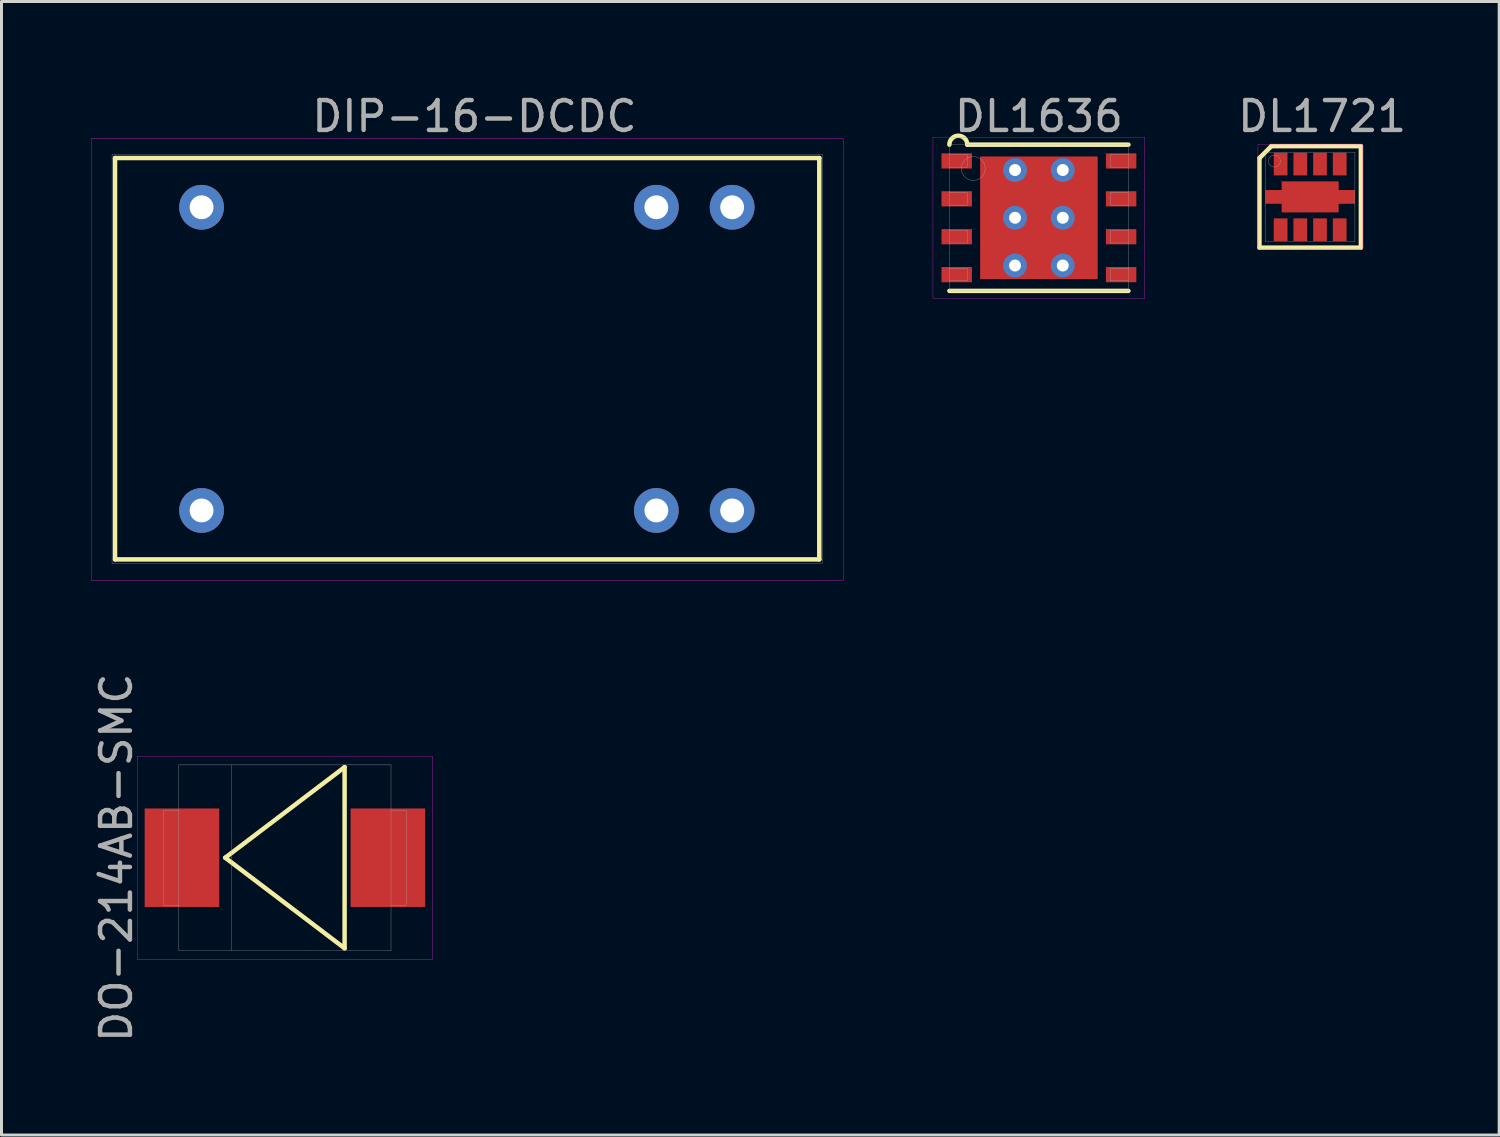
<source format=kicad_pcb>
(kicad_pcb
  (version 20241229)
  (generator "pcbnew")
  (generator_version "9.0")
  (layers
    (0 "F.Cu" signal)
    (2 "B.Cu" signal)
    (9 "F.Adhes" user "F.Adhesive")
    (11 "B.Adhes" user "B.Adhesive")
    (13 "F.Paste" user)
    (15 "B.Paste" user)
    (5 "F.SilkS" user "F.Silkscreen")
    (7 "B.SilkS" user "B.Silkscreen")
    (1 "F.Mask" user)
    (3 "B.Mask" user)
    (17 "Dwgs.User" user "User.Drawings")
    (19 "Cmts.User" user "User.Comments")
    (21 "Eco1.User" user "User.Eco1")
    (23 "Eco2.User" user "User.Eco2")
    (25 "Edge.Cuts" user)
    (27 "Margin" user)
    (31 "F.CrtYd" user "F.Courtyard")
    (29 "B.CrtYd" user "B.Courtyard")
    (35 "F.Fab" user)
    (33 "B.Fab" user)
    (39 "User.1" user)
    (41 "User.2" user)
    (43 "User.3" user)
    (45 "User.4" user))
  (footprint "DIP-16-DCDC"
    (layer "F.Cu")
    (at 3.705 3.896)
    (property "Reference" "DIP-16-DCDC" (at 9.144 -3.048 0) (layer "F.Fab") (effects (font (size 1 1) (thickness 0.15))))
    (attr through_hole)
    (fp_line (start -2.9 -1.65) (end 20.7 -1.65) (stroke (width 0.15) (type solid)) (layer "F.SilkS"))
    (fp_line (start -2.9 11.8) (end -2.9 -1.65) (stroke (width 0.15) (type solid)) (layer "F.SilkS"))
    (fp_line (start 20.7 -1.65) (end 20.7 11.8) (stroke (width 0.15) (type solid)) (layer "F.SilkS"))
    (fp_line (start 20.7 11.8) (end -2.9 11.8) (stroke (width 0.15) (type solid)) (layer "F.SilkS"))
    (fp_line (start -3.7 -2.3) (end -3.7 12.5) (stroke (width 0.01) (type solid)) (layer "F.CrtYd"))
    (fp_line (start -3.7 12.5) (end 21.5 12.5) (stroke (width 0.01) (type solid)) (layer "F.CrtYd"))
    (fp_line (start 21.5 -2.3) (end -3.7 -2.3) (stroke (width 0.01) (type solid)) (layer "F.CrtYd"))
    (fp_line (start 21.5 12.5) (end 21.5 -2.3) (stroke (width 0.01) (type solid)) (layer "F.CrtYd"))
    (fp_line (start -3 -1.77) (end 20.8 -1.77) (stroke (width 0.01) (type solid)) (layer "F.Fab"))
    (fp_line (start -3 11.93) (end -3 -1.77) (stroke (width 0.01) (type solid)) (layer "F.Fab"))
    (fp_line (start 20.8 -1.77) (end 20.8 11.93) (stroke (width 0.01) (type solid)) (layer "F.Fab"))
    (fp_line (start 20.8 11.93) (end -3 11.93) (stroke (width 0.01) (type solid)) (layer "F.Fab"))
    (pad "1" thru_hole circle (at 0 10.16) (size 1.5 1.5) (drill 0.8) (layers "*.Cu" "*.Mask"))
    (pad "7" thru_hole circle (at 15.24 10.16) (size 1.5 1.5) (drill 0.8) (layers "*.Cu" "*.Mask"))
    (pad "8" thru_hole circle (at 17.78 10.16) (size 1.5 1.5) (drill 0.8) (layers "*.Cu" "*.Mask"))
    (pad "9" thru_hole circle (at 17.78 0) (size 1.5 1.5) (drill 0.8) (layers "*.Cu" "*.Mask"))
    (pad "10" thru_hole circle (at 15.24 0) (size 1.5 1.5) (drill 0.8) (layers "*.Cu" "*.Mask"))
    (pad "16" thru_hole circle (at 0 0) (size 1.5 1.5) (drill 0.8) (layers "*.Cu" "*.Mask")))
  (footprint "DL1721"
    (layer "F.Cu")
    (at 40.855 3.548)
    (property "Reference" "DL1721" (at 0.4 -2.7 0) (layer "F.Fab") (effects (font (size 1 1) (thickness 0.15))))
    (attr through_hole)
    (fp_line (start -1.7 -1.3) (end -1.7 1.7) (stroke (width 0.15) (type solid)) (layer "F.SilkS"))
    (fp_line (start -1.3 -1.7) (end -1.7 -1.3) (stroke (width 0.15) (type solid)) (layer "F.SilkS"))
    (fp_line (start 1.7 -1.7) (end -1.3 -1.7) (stroke (width 0.15) (type solid)) (layer "F.SilkS"))
    (fp_line (start 1.7 -1.7) (end 1.7 1.7) (stroke (width 0.15) (type solid)) (layer "F.SilkS"))
    (fp_line (start 1.7 1.7) (end -1.7 1.7) (stroke (width 0.15) (type solid)) (layer "F.SilkS"))
    (fp_line (start -1.75 -1.75) (end 1.75 -1.75) (stroke (width 0.01) (type solid)) (layer "F.CrtYd"))
    (fp_line (start -1.75 1.75) (end -1.75 -1.75) (stroke (width 0.01) (type solid)) (layer "F.CrtYd"))
    (fp_line (start 1.75 -1.75) (end 1.75 1.75) (stroke (width 0.01) (type solid)) (layer "F.CrtYd"))
    (fp_line (start 1.75 1.75) (end -1.75 1.75) (stroke (width 0.01) (type solid)) (layer "F.CrtYd"))
    (fp_line (start -1.5 -1.5) (end 1.5 -1.5) (stroke (width 0.01) (type solid)) (layer "F.Fab"))
    (fp_line (start -1.5 1.5) (end -1.5 -1.5) (stroke (width 0.01) (type solid)) (layer "F.Fab"))
    (fp_line (start 1.5 -1.5) (end 1.5 1.5) (stroke (width 0.01) (type solid)) (layer "F.Fab"))
    (fp_line (start 1.5 1.5) (end -1.5 1.5) (stroke (width 0.01) (type solid)) (layer "F.Fab"))
    (fp_circle (center -1.2 -1.2) (end -1 -1.2) (stroke (width 0.01) (type solid)) (fill no) (layer "F.Fab"))
    (pad "1" smd custom (at -0.99 -1.1) (size 0.46 0.76) (layers "F.Cu" "F.Mask" "F.Paste") (options (anchor rect)) (primitives))
    (pad "2" smd custom (at -0.33 -1.1) (size 0.46 0.76) (layers "F.Cu" "F.Mask" "F.Paste") (options (anchor rect)) (primitives))
    (pad "3" smd custom (at 0.33 -1.1) (size 0.46 0.76) (layers "F.Cu" "F.Mask" "F.Paste") (options (anchor rect)) (primitives))
    (pad "4" smd custom (at 0.99 -1.1) (size 0.46 0.76) (layers "F.Cu" "F.Mask" "F.Paste") (options (anchor rect)) (primitives))
    (pad "5" smd custom (at 0.99 1.1) (size 0.46 0.76) (layers "F.Cu" "F.Mask" "F.Paste") (options (anchor rect)) (primitives))
    (pad "6" smd custom (at 0.33 1.1) (size 0.46 0.76) (layers "F.Cu" "F.Mask" "F.Paste") (options (anchor rect)) (primitives))
    (pad "7" smd custom (at -0.33 1.1) (size 0.46 0.76) (layers "F.Cu" "F.Mask" "F.Paste") (options (anchor rect)) (primitives))
    (pad "8" smd custom (at -0.99 1.1) (size 0.46 0.76) (layers "F.Cu" "F.Mask" "F.Paste") (options (anchor rect)) (primitives))
    (pad "EP" smd custom (at 0 0) (size 1 1) (layers "F.Cu" "F.Mask" "F.Paste") (options (anchor rect)) (primitives (gr_poly (pts (xy -0.955 0.52) (xy 0.955 0.52) (xy 0.955 0.23) (xy 1.5 0.23) (xy 1.5 -0.23) (xy 0.955 -0.23) (xy 0.955 -0.52) (xy -0.955 -0.52) (xy -0.955 -0.23) (xy -1.5 -0.23) (xy -1.5 0.23) (xy -0.955 0.23)) (width 0) (fill yes)))))
  (footprint "DL1636"
    (layer "F.Cu")
    (at 31.765 4.248)
    (property "Reference" "DL1636" (at 0 -3.4 0) (layer "F.Fab") (effects (font (size 1 1) (thickness 0.15))))
    (attr through_hole)
    (fp_line (start -3 2.45) (end 3 2.45) (stroke (width 0.15) (type solid)) (layer "F.SilkS"))
    (fp_line (start -2.4 -2.45) (end 3 -2.45) (stroke (width 0.15) (type solid)) (layer "F.SilkS"))
    (fp_arc (start -3 -2.45) (mid -2.7 -2.75) (end -2.4 -2.45) (stroke (width 0.15) (type solid)) (layer "F.SilkS"))
    (fp_line (start -3.55 -2.7) (end 3.55 -2.7) (stroke (width 0.01) (type solid)) (layer "F.CrtYd"))
    (fp_line (start -3.55 2.7) (end -3.55 -2.7) (stroke (width 0.01) (type solid)) (layer "F.CrtYd"))
    (fp_line (start 3.55 -2.7) (end 3.55 2.7) (stroke (width 0.01) (type solid)) (layer "F.CrtYd"))
    (fp_line (start 3.55 2.7) (end -3.55 2.7) (stroke (width 0.01) (type solid)) (layer "F.CrtYd"))
    (fp_line (start -3 -2.45) (end 3 -2.45) (stroke (width 0.01) (type solid)) (layer "F.Fab"))
    (fp_line (start -3 -1.695) (end -2.4 -1.695) (stroke (width 0.01) (type solid)) (layer "F.Fab"))
    (fp_line (start -3 -0.425) (end -2.4 -0.425) (stroke (width 0.01) (type solid)) (layer "F.Fab"))
    (fp_line (start -3 0.845) (end -2.4 0.845) (stroke (width 0.01) (type solid)) (layer "F.Fab"))
    (fp_line (start -3 2.115) (end -2.4 2.115) (stroke (width 0.01) (type solid)) (layer "F.Fab"))
    (fp_line (start -3 2.45) (end -3 -2.45) (stroke (width 0.01) (type solid)) (layer "F.Fab"))
    (fp_line (start -2.4 -2.115) (end -3 -2.115) (stroke (width 0.01) (type solid)) (layer "F.Fab"))
    (fp_line (start -2.4 -1.695) (end -2.4 -2.115) (stroke (width 0.01) (type solid)) (layer "F.Fab"))
    (fp_line (start -2.4 -0.845) (end -3 -0.845) (stroke (width 0.01) (type solid)) (layer "F.Fab"))
    (fp_line (start -2.4 -0.425) (end -2.4 -0.845) (stroke (width 0.01) (type solid)) (layer "F.Fab"))
    (fp_line (start -2.4 0.425) (end -3 0.425) (stroke (width 0.01) (type solid)) (layer "F.Fab"))
    (fp_line (start -2.4 0.845) (end -2.4 0.425) (stroke (width 0.01) (type solid)) (layer "F.Fab"))
    (fp_line (start -2.4 1.695) (end -3 1.695) (stroke (width 0.01) (type solid)) (layer "F.Fab"))
    (fp_line (start -2.4 2.115) (end -2.4 1.695) (stroke (width 0.01) (type solid)) (layer "F.Fab"))
    (fp_line (start 2.4 -2.115) (end 2.4 -1.695) (stroke (width 0.01) (type solid)) (layer "F.Fab"))
    (fp_line (start 2.4 -1.695) (end 3 -1.695) (stroke (width 0.01) (type solid)) (layer "F.Fab"))
    (fp_line (start 2.4 -0.845) (end 2.4 -0.425) (stroke (width 0.01) (type solid)) (layer "F.Fab"))
    (fp_line (start 2.4 -0.425) (end 3 -0.425) (stroke (width 0.01) (type solid)) (layer "F.Fab"))
    (fp_line (start 2.4 0.425) (end 2.4 0.845) (stroke (width 0.01) (type solid)) (layer "F.Fab"))
    (fp_line (start 2.4 0.845) (end 3 0.845) (stroke (width 0.01) (type solid)) (layer "F.Fab"))
    (fp_line (start 2.4 1.695) (end 2.4 2.115) (stroke (width 0.01) (type solid)) (layer "F.Fab"))
    (fp_line (start 2.4 2.115) (end 3 2.115) (stroke (width 0.01) (type solid)) (layer "F.Fab"))
    (fp_line (start 3 -2.45) (end 3 2.45) (stroke (width 0.01) (type solid)) (layer "F.Fab"))
    (fp_line (start 3 -2.115) (end 2.4 -2.115) (stroke (width 0.01) (type solid)) (layer "F.Fab"))
    (fp_line (start 3 -0.845) (end 2.4 -0.845) (stroke (width 0.01) (type solid)) (layer "F.Fab"))
    (fp_line (start 3 0.425) (end 2.4 0.425) (stroke (width 0.01) (type solid)) (layer "F.Fab"))
    (fp_line (start 3 1.695) (end 2.4 1.695) (stroke (width 0.01) (type solid)) (layer "F.Fab"))
    (fp_line (start 3 2.45) (end -3 2.45) (stroke (width 0.01) (type solid)) (layer "F.Fab"))
    (fp_circle (center -2.2 -1.65) (end -2.2 -1.25) (stroke (width 0.01) (type solid)) (fill no) (layer "F.Fab"))
    (pad "1" smd rect (at -2.755 -1.905) (size 1.02 0.51) (layers "F.Cu" "F.Mask" "F.Paste"))
    (pad "2" smd rect (at -2.755 -0.635) (size 1.02 0.51) (layers "F.Cu" "F.Mask" "F.Paste"))
    (pad "3" smd rect (at -2.755 0.635) (size 1.02 0.51) (layers "F.Cu" "F.Mask" "F.Paste"))
    (pad "4" smd rect (at -2.755 1.905) (size 1.02 0.51) (layers "F.Cu" "F.Mask" "F.Paste"))
    (pad "5" smd rect (at 2.755 1.905) (size 1.02 0.51) (layers "F.Cu" "F.Mask" "F.Paste"))
    (pad "6" smd rect (at 2.755 0.635) (size 1.02 0.51) (layers "F.Cu" "F.Mask" "F.Paste"))
    (pad "7" smd rect (at 2.755 -0.635) (size 1.02 0.51) (layers "F.Cu" "F.Mask" "F.Paste"))
    (pad "8" smd rect (at 2.755 -1.905) (size 1.02 0.51) (layers "F.Cu" "F.Mask" "F.Paste"))
    (pad "EP" thru_hole circle (at -0.8 -1.6) (size 0.8 0.8) (drill 0.4) (layers "*.Cu"))
    (pad "EP" thru_hole circle (at -0.8 0) (size 0.8 0.8) (drill 0.4) (layers "*.Cu"))
    (pad "EP" thru_hole circle (at -0.8 1.6) (size 0.8 0.8) (drill 0.4) (layers "*.Cu"))
    (pad "EP" smd rect (at 0 0) (size 3.94 4.11) (layers "F.Cu" "F.Mask" "F.Paste"))
    (pad "EP" thru_hole circle (at 0.8 -1.6) (size 0.8 0.8) (drill 0.4) (layers "*.Cu"))
    (pad "EP" thru_hole circle (at 0.8 0) (size 0.8 0.8) (drill 0.4) (layers "*.Cu"))
    (pad "EP" thru_hole circle (at 0.8 1.6) (size 0.8 0.8) (drill 0.4) (layers "*.Cu")))
  (footprint "DO-214AB-SMC"
    (layer "F.Cu")
    (at 6.498 25.693)
    (property "Reference" "DO-214AB-SMC" (at -5.65 0 90) (layer "F.Fab") (effects (font (size 1 1) (thickness 0.15))))
    (attr through_hole)
    (fp_line (start -2 0) (end 2 -3.035) (stroke (width 0.15) (type solid)) (layer "F.SilkS"))
    (fp_line (start -2 0) (end 2 3.035) (stroke (width 0.15) (type solid)) (layer "F.SilkS"))
    (fp_line (start 2 -3.035) (end 2 3.035) (stroke (width 0.15) (type solid)) (layer "F.SilkS"))
    (fp_line (start -4.95 -3.4) (end 4.95 -3.4) (stroke (width 0.01) (type solid)) (layer "F.CrtYd"))
    (fp_line (start -4.95 3.4) (end -4.95 -3.4) (stroke (width 0.01) (type solid)) (layer "F.CrtYd"))
    (fp_line (start 4.95 -3.4) (end 4.95 3.4) (stroke (width 0.01) (type solid)) (layer "F.CrtYd"))
    (fp_line (start 4.95 3.4) (end -4.95 3.4) (stroke (width 0.01) (type solid)) (layer "F.CrtYd"))
    (fp_line (start -4.065 -1.59) (end -4.065 1.59) (stroke (width 0.01) (type solid)) (layer "F.Fab"))
    (fp_line (start -4.065 -1.59) (end -3.555 -1.59) (stroke (width 0.01) (type solid)) (layer "F.Fab"))
    (fp_line (start -4.065 1.59) (end -3.555 1.59) (stroke (width 0.01) (type solid)) (layer "F.Fab"))
    (fp_line (start -3.555 -3.11) (end 3.555 -3.11) (stroke (width 0.01) (type solid)) (layer "F.Fab"))
    (fp_line (start -3.555 3.11) (end -3.555 -3.11) (stroke (width 0.01) (type solid)) (layer "F.Fab"))
    (fp_line (start -1.778 -3.11) (end -1.778 3.11) (stroke (width 0.01) (type solid)) (layer "F.Fab"))
    (fp_line (start 3.555 -3.11) (end 3.555 3.11) (stroke (width 0.01) (type solid)) (layer "F.Fab"))
    (fp_line (start 3.555 3.11) (end -3.555 3.11) (stroke (width 0.01) (type solid)) (layer "F.Fab"))
    (fp_line (start 4.065 -1.59) (end 3.555 -1.59) (stroke (width 0.01) (type solid)) (layer "F.Fab"))
    (fp_line (start 4.065 -1.59) (end 4.065 1.59) (stroke (width 0.01) (type solid)) (layer "F.Fab"))
    (fp_line (start 4.065 1.59) (end 3.555 1.59) (stroke (width 0.01) (type solid)) (layer "F.Fab"))
    (pad "1" smd rect (at -3.45 0) (size 2.5 3.3) (layers "F.Cu" "F.Mask" "F.Paste"))
    (pad "2" smd rect (at 3.45 0) (size 2.5 3.3) (layers "F.Cu" "F.Mask" "F.Paste")))
  (gr_rect
    (start -3 -3)
    (end 47.189 34.985)
    (stroke (width 0.1) (type default))
    (fill no)
    (layer "Edge.Cuts")))
</source>
